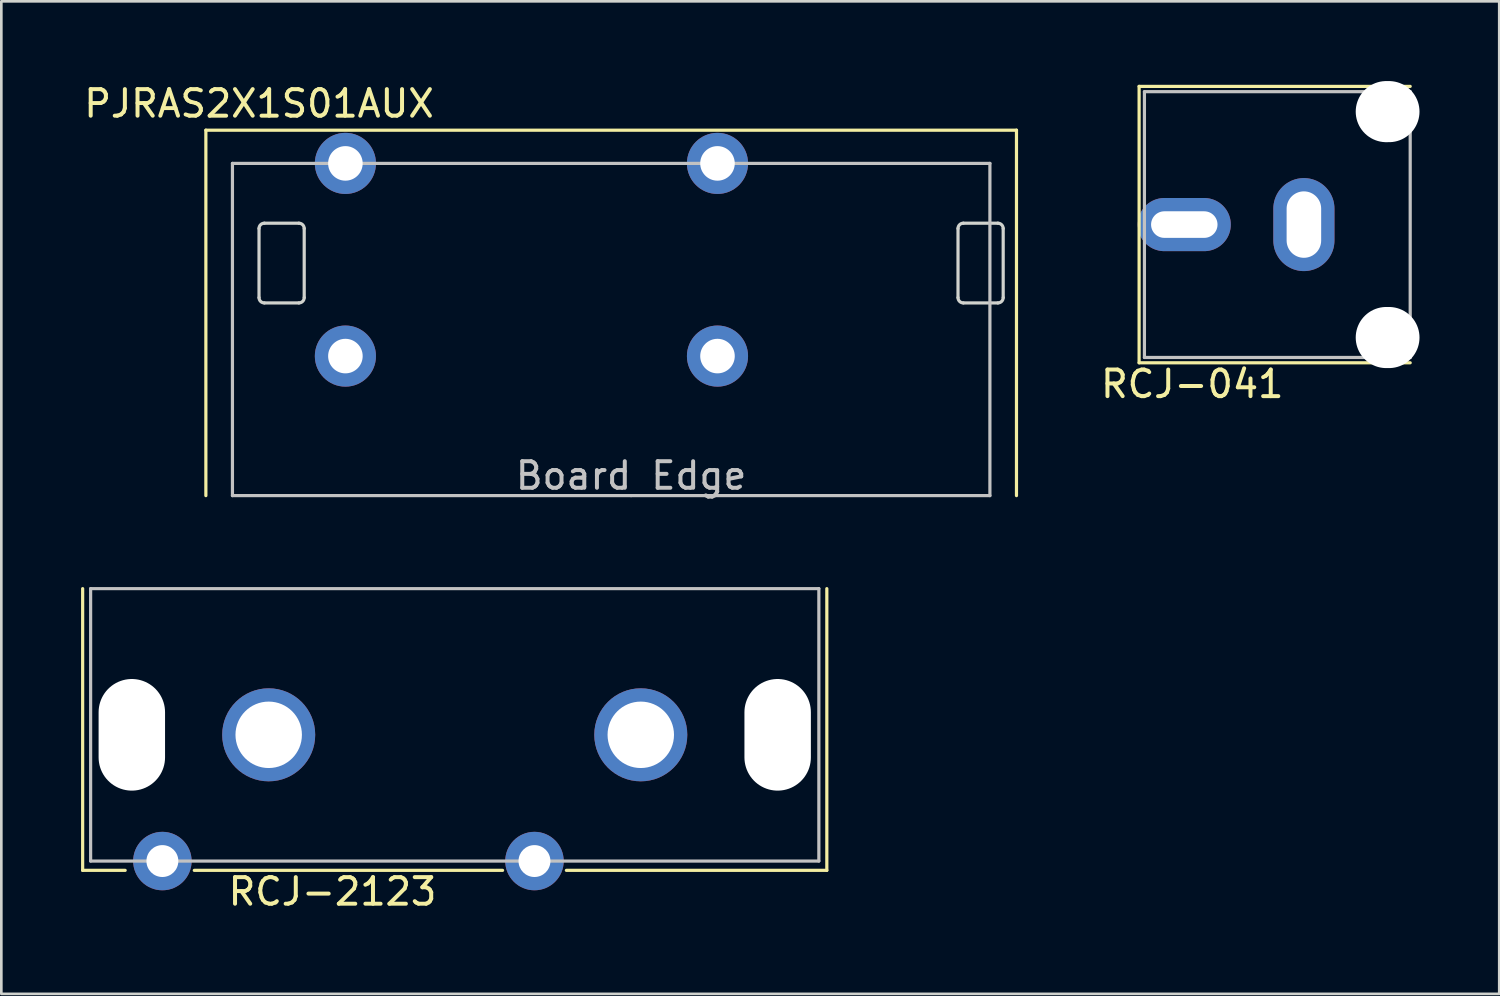
<source format=kicad_pcb>
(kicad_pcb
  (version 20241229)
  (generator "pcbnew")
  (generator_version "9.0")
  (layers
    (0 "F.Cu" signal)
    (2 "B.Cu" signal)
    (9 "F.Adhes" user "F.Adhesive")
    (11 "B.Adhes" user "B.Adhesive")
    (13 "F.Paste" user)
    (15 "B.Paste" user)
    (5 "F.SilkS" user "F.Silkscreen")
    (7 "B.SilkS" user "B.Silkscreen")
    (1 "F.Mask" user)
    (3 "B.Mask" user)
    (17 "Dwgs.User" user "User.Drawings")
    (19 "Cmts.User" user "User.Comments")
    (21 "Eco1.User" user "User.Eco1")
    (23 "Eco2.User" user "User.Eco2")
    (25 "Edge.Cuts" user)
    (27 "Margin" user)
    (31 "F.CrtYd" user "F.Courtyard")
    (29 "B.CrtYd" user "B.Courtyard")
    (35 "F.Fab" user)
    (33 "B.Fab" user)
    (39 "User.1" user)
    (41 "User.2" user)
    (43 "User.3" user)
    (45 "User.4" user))
  (footprint "RCJ-041"
    (layer "F.Cu")
    (at 50.01 5.4)
    (property "Reference" "RCJ-041" (at -8.2 6 0) (layer "F.SilkS") (effects (font (size 1 1) (thickness 0.15))))
    (attr through_hole)
    (fp_line (start -10.2 -5.2) (end -10.2 5.2) (stroke (width 0.12) (type solid)) (layer "F.SilkS"))
    (fp_line (start -10.2 5.2) (end 0 5.2) (stroke (width 0.12) (type solid)) (layer "F.SilkS"))
    (fp_line (start 0 -5.2) (end -10.2 -5.2) (stroke (width 0.12) (type solid)) (layer "F.SilkS"))
    (fp_line (start -10 -5) (end -10 5) (stroke (width 0.12) (type solid)) (layer "Dwgs.User"))
    (fp_line (start -10 -5) (end 0 -5) (stroke (width 0.12) (type solid)) (layer "Dwgs.User"))
    (fp_line (start -10 5) (end 0 5) (stroke (width 0.12) (type solid)) (layer "Dwgs.User"))
    (fp_line (start 0 -5) (end 0 5) (stroke (width 0.12) (type solid)) (layer "Dwgs.User"))
    (pad "" np_thru_hole oval (at -0.85 -4.25) (size 2.4 2.3) (drill oval 2.4 2.3) (layers "*.Cu" "*.Mask"))
    (pad "" np_thru_hole oval (at -0.85 4.25) (size 2.4 2.3) (drill oval 2.4 2.3) (layers "*.Cu" "*.Mask"))
    (pad "1" thru_hole oval (at -4 0) (size 2.3 3.5) (drill oval 1.3 2.5) (layers "*.Cu" "*.Mask"))
    (pad "2" thru_hole oval (at -8.5 0) (size 3.5 2) (drill oval 2.5 1) (layers "*.Cu" "*.Mask")))
  (footprint "RCJ-2123"
    (layer "F.Cu")
    (at 14.06 19.098)
    (property "Reference" "RCJ-2123" (at -4.6 11.4 0) (layer "F.SilkS") (effects (font (size 1 1) (thickness 0.15))))
    (attr through_hole)
    (fp_line (start -14 0) (end -14 10.6) (stroke (width 0.12) (type solid)) (layer "F.SilkS"))
    (fp_line (start -14 10.6) (end -12.4 10.6) (stroke (width 0.12) (type solid)) (layer "F.SilkS"))
    (fp_line (start -9.8 10.6) (end 1.8 10.6) (stroke (width 0.12) (type solid)) (layer "F.SilkS"))
    (fp_line (start 4.2 10.6) (end 14 10.6) (stroke (width 0.12) (type solid)) (layer "F.SilkS"))
    (fp_line (start 14 10.6) (end 14 0) (stroke (width 0.12) (type solid)) (layer "F.SilkS"))
    (fp_line (start -13.7 0) (end -13.7 10.25) (stroke (width 0.12) (type solid)) (layer "Dwgs.User"))
    (fp_line (start -13.7 0) (end 13.7 0) (stroke (width 0.12) (type solid)) (layer "Dwgs.User"))
    (fp_line (start -13.7 10.25) (end 13.7 10.25) (stroke (width 0.12) (type solid)) (layer "Dwgs.User"))
    (fp_line (start 13.7 10.25) (end 13.7 0) (stroke (width 0.12) (type solid)) (layer "Dwgs.User"))
    (pad "" np_thru_hole oval (at -12.15 5.5) (size 2.5 4.2) (drill oval 2.5 4.2) (layers "*.Cu" "*.Mask"))
    (pad "" np_thru_hole oval (at 12.15 5.5) (size 2.5 4.2) (drill oval 2.5 4.2) (layers "*.Cu" "*.Mask"))
    (pad "1" thru_hole circle (at 3 10.25) (size 2.2 2.2) (drill 1.2) (layers "*.Cu" "*.Mask"))
    (pad "2" thru_hole circle (at 7 5.5) (size 3.5 3.5) (drill 2.5) (layers "*.Cu" "*.Mask"))
    (pad "3" thru_hole circle (at -11 10.25) (size 2.2 2.2) (drill 1.2) (layers "*.Cu" "*.Mask"))
    (pad "4" thru_hole circle (at -7 5.5) (size 3.5 3.5) (drill 2.5) (layers "*.Cu" "*.Mask")))
  (footprint "PJRAS2X1S01AUX"
    (layer "F.Cu")
    (at 20.696 15.598)
    (property "Reference" "PJRAS2X1S01AUX" (at -14 -14.75 0) (layer "F.SilkS") (effects (font (size 1 1) (thickness 0.15))))
    (attr through_hole)
    (fp_line (start -16 -13.75) (end 14.5 -13.75) (stroke (width 0.12) (type solid)) (layer "F.SilkS"))
    (fp_line (start -16 0) (end -16 -13.75) (stroke (width 0.12) (type solid)) (layer "F.SilkS"))
    (fp_line (start 14.5 -13.75) (end 14.5 0) (stroke (width 0.12) (type solid)) (layer "F.SilkS"))
    (fp_line (start -15 -12.5) (end -15 0) (stroke (width 0.12) (type solid)) (layer "Dwgs.User"))
    (fp_line (start -15 0) (end 0 0) (stroke (width 0.12) (type solid)) (layer "Dwgs.User"))
    (fp_line (start 0 0) (end 13.5 0) (stroke (width 0.12) (type solid)) (layer "Dwgs.User"))
    (fp_line (start 13.5 -12.5) (end -15 -12.5) (stroke (width 0.12) (type solid)) (layer "Dwgs.User"))
    (fp_line (start 13.5 0) (end 13.5 -12.5) (stroke (width 0.12) (type solid)) (layer "Dwgs.User"))
    (fp_line (start -14 -7.45) (end -14 -10.05) (stroke (width 0.12) (type solid)) (layer "Eco1.User"))
    (fp_line (start -13.8 -10.25) (end -12.5 -10.25) (stroke (width 0.12) (type solid)) (layer "Eco1.User"))
    (fp_line (start -12.5 -7.25) (end -13.8 -7.25) (stroke (width 0.12) (type solid)) (layer "Eco1.User"))
    (fp_line (start -12.3 -10.05) (end -12.3 -7.45) (stroke (width 0.12) (type solid)) (layer "Eco1.User"))
    (fp_line (start 12.3 -7.45) (end 12.3 -10.05) (stroke (width 0.12) (type solid)) (layer "Eco1.User"))
    (fp_line (start 12.5 -10.25) (end 13.8 -10.25) (stroke (width 0.12) (type solid)) (layer "Eco1.User"))
    (fp_line (start 13.8 -7.25) (end 12.5 -7.25) (stroke (width 0.12) (type solid)) (layer "Eco1.User"))
    (fp_line (start 14 -10.05) (end 14 -7.45) (stroke (width 0.12) (type solid)) (layer "Eco1.User"))
    (fp_arc (start -14 -10.05) (mid -13.941421 -10.191421) (end -13.8 -10.25) (stroke (width 0.12) (type solid)) (layer "Eco1.User"))
    (fp_arc (start -13.8 -7.25) (mid -13.941421 -7.308579) (end -14 -7.45) (stroke (width 0.12) (type solid)) (layer "Eco1.User"))
    (fp_arc (start -12.5 -10.25) (mid -12.358579 -10.191421) (end -12.3 -10.05) (stroke (width 0.12) (type solid)) (layer "Eco1.User"))
    (fp_arc (start -12.3 -7.45) (mid -12.358579 -7.308579) (end -12.5 -7.25) (stroke (width 0.12) (type solid)) (layer "Eco1.User"))
    (fp_arc (start 12.3 -10.05) (mid 12.358579 -10.191421) (end 12.5 -10.25) (stroke (width 0.12) (type solid)) (layer "Eco1.User"))
    (fp_arc (start 12.5 -7.25) (mid 12.358579 -7.308579) (end 12.3 -7.45) (stroke (width 0.12) (type solid)) (layer "Eco1.User"))
    (fp_arc (start 13.8 -10.25) (mid 13.941421 -10.191421) (end 14 -10.05) (stroke (width 0.12) (type solid)) (layer "Eco1.User"))
    (fp_arc (start 14 -7.45) (mid 13.941421 -7.308579) (end 13.8 -7.25) (stroke (width 0.12) (type solid)) (layer "Eco1.User"))
    (fp_line (start -14 -7.45) (end -14 -10.05) (stroke (width 0.12) (type solid)) (layer "Edge.Cuts"))
    (fp_line (start -13.8 -10.25) (end -12.5 -10.25) (stroke (width 0.12) (type solid)) (layer "Edge.Cuts"))
    (fp_line (start -12.5 -7.25) (end -13.8 -7.25) (stroke (width 0.12) (type solid)) (layer "Edge.Cuts"))
    (fp_line (start -12.3 -10.05) (end -12.3 -7.45) (stroke (width 0.12) (type solid)) (layer "Edge.Cuts"))
    (fp_line (start 12.3 -7.45) (end 12.3 -10.05) (stroke (width 0.12) (type solid)) (layer "Edge.Cuts"))
    (fp_line (start 12.5 -10.25) (end 13.8 -10.25) (stroke (width 0.12) (type solid)) (layer "Edge.Cuts"))
    (fp_line (start 13.8 -7.25) (end 12.5 -7.25) (stroke (width 0.12) (type solid)) (layer "Edge.Cuts"))
    (fp_line (start 14 -10.05) (end 14 -7.45) (stroke (width 0.12) (type solid)) (layer "Edge.Cuts"))
    (fp_arc (start -14 -10.05) (mid -13.941421 -10.191421) (end -13.8 -10.25) (stroke (width 0.12) (type solid)) (layer "Edge.Cuts"))
    (fp_arc (start -13.8 -7.25) (mid -13.941421 -7.308579) (end -14 -7.45) (stroke (width 0.12) (type solid)) (layer "Edge.Cuts"))
    (fp_arc (start -12.5 -10.25) (mid -12.358579 -10.191421) (end -12.3 -10.05) (stroke (width 0.12) (type solid)) (layer "Edge.Cuts"))
    (fp_arc (start -12.3 -7.45) (mid -12.358579 -7.308579) (end -12.5 -7.25) (stroke (width 0.12) (type solid)) (layer "Edge.Cuts"))
    (fp_arc (start 12.3 -10.05) (mid 12.358579 -10.191421) (end 12.5 -10.25) (stroke (width 0.12) (type solid)) (layer "Edge.Cuts"))
    (fp_arc (start 12.5 -7.25) (mid 12.358579 -7.308579) (end 12.3 -7.45) (stroke (width 0.12) (type solid)) (layer "Edge.Cuts"))
    (fp_arc (start 13.8 -10.25) (mid 13.941421 -10.191421) (end 14 -10.05) (stroke (width 0.12) (type solid)) (layer "Edge.Cuts"))
    (fp_arc (start 14 -7.45) (mid 13.941421 -7.308579) (end 13.8 -7.25) (stroke (width 0.12) (type solid)) (layer "Edge.Cuts"))
    (fp_text user "Board Edge" (at 0 -0.75 0) (layer "Dwgs.User") (effects (font (size 1 1) (thickness 0.15))))
    (pad "1" thru_hole circle (at -10.75 -12.5) (size 2.3 2.3) (drill 1.3) (layers "*.Cu" "*.Mask"))
    (pad "2" thru_hole circle (at -10.75 -5.25) (size 2.3 2.3) (drill 1.3) (layers "*.Cu" "*.Mask"))
    (pad "3" thru_hole circle (at 3.25 -12.5) (size 2.3 2.3) (drill 1.3) (layers "*.Cu" "*.Mask"))
    (pad "4" thru_hole circle (at 3.25 -5.25) (size 2.3 2.3) (drill 1.3) (layers "*.Cu" "*.Mask")))
  (gr_rect
    (start -3 -3)
    (end 53.36 34.346)
    (stroke (width 0.1) (type default))
    (fill no)
    (layer "Edge.Cuts")))
</source>
